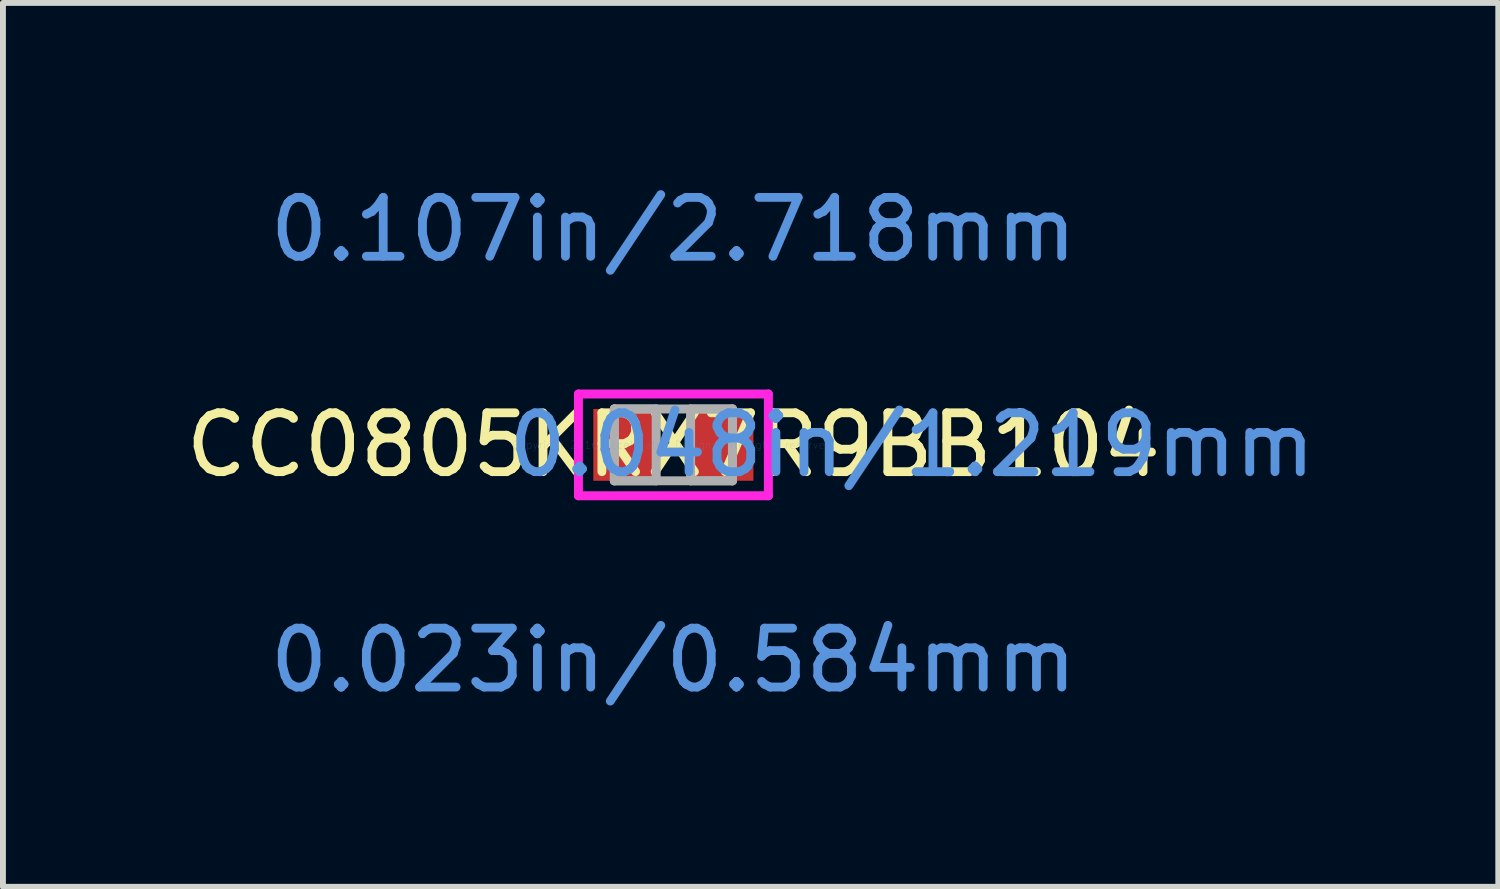
<source format=kicad_pcb>
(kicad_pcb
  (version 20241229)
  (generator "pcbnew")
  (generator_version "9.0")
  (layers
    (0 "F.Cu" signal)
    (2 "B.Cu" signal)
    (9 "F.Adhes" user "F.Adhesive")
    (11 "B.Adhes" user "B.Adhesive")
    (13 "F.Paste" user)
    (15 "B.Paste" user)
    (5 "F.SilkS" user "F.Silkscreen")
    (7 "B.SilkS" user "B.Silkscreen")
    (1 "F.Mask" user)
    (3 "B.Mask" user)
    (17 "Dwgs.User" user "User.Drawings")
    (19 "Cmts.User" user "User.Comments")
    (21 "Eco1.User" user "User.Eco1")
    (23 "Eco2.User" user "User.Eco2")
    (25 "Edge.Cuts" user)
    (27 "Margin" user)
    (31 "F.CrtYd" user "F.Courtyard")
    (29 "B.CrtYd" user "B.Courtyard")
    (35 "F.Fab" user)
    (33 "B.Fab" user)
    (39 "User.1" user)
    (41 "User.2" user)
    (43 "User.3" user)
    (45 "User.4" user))
  (footprint "CC0805KRX7R9BB104"
    (layer "F.Cu")
    (at 8.387 4.506)
    (property "Reference" "CC0805KRX7R9BB104" (at 0 0 0) (layer "F.SilkS") (effects (font (size 1 1) (thickness 0.15))))
    (attr through_hole)
    (fp_line (start -1.613 -0.864) (end 1.613 -0.864) (stroke (width 0.152) (type solid)) (layer "F.CrtYd"))
    (fp_line (start -1.613 0.864) (end -1.613 -0.864) (stroke (width 0.152) (type solid)) (layer "F.CrtYd"))
    (fp_line (start 1.613 -0.864) (end 1.613 0.864) (stroke (width 0.152) (type solid)) (layer "F.CrtYd"))
    (fp_line (start 1.613 0.864) (end -1.613 0.864) (stroke (width 0.152) (type solid)) (layer "F.CrtYd"))
    (fp_line (start -1.003 -0.61) (end -1.003 0.61) (stroke (width 0.152) (type solid)) (layer "F.Fab"))
    (fp_line (start -1.003 -0.61) (end -1.003 0.61) (stroke (width 0.152) (type solid)) (layer "F.Fab"))
    (fp_line (start -1.003 0.61) (end -0.292 0.61) (stroke (width 0.152) (type solid)) (layer "F.Fab"))
    (fp_line (start -1.003 0.61) (end 1.003 0.61) (stroke (width 0.152) (type solid)) (layer "F.Fab"))
    (fp_line (start -0.292 -0.61) (end -1.003 -0.61) (stroke (width 0.152) (type solid)) (layer "F.Fab"))
    (fp_line (start -0.292 0.61) (end -0.292 -0.61) (stroke (width 0.152) (type solid)) (layer "F.Fab"))
    (fp_line (start 0.292 -0.61) (end 0.292 0.61) (stroke (width 0.152) (type solid)) (layer "F.Fab"))
    (fp_line (start 0.292 0.61) (end 1.003 0.61) (stroke (width 0.152) (type solid)) (layer "F.Fab"))
    (fp_line (start 1.003 -0.61) (end -1.003 -0.61) (stroke (width 0.152) (type solid)) (layer "F.Fab"))
    (fp_line (start 1.003 -0.61) (end 0.292 -0.61) (stroke (width 0.152) (type solid)) (layer "F.Fab"))
    (fp_line (start 1.003 0.61) (end 1.003 -0.61) (stroke (width 0.152) (type solid)) (layer "F.Fab"))
    (fp_line (start 1.003 0.61) (end 1.003 -0.61) (stroke (width 0.152) (type solid)) (layer "F.Fab"))
    (fp_text user "Copyright 2016 Accelerated Designs. All rights reserved." (at 0 0 0) (layer "Cmts.User") (effects (font (size 0.127 0.127) (thickness 0.002))))
    (fp_text user "0.023in/0.584mm" (at 0 3.658 0) (layer "Cmts.User") (effects (font (size 1 1) (thickness 0.15))))
    (fp_text user "0.107in/2.718mm" (at 0 -3.658 0) (layer "Cmts.User") (effects (font (size 1 1) (thickness 0.15))))
    (fp_text user "0.048in/1.219mm" (at 4.051 0 0) (layer "Cmts.User") (effects (font (size 1 1) (thickness 0.15))))
    (pad "1" smd rect (at -0.826 0) (size 1.067 1.219) (layers "F.Cu" "F.Mask" "F.Paste"))
    (pad "2" smd rect (at 0.826 0) (size 1.067 1.219) (layers "F.Cu" "F.Mask" "F.Paste")))
  (gr_rect
    (start -3 -3)
    (end 22.397 12.012)
    (stroke (width 0.1) (type default))
    (fill no)
    (layer "Edge.Cuts")))
</source>
